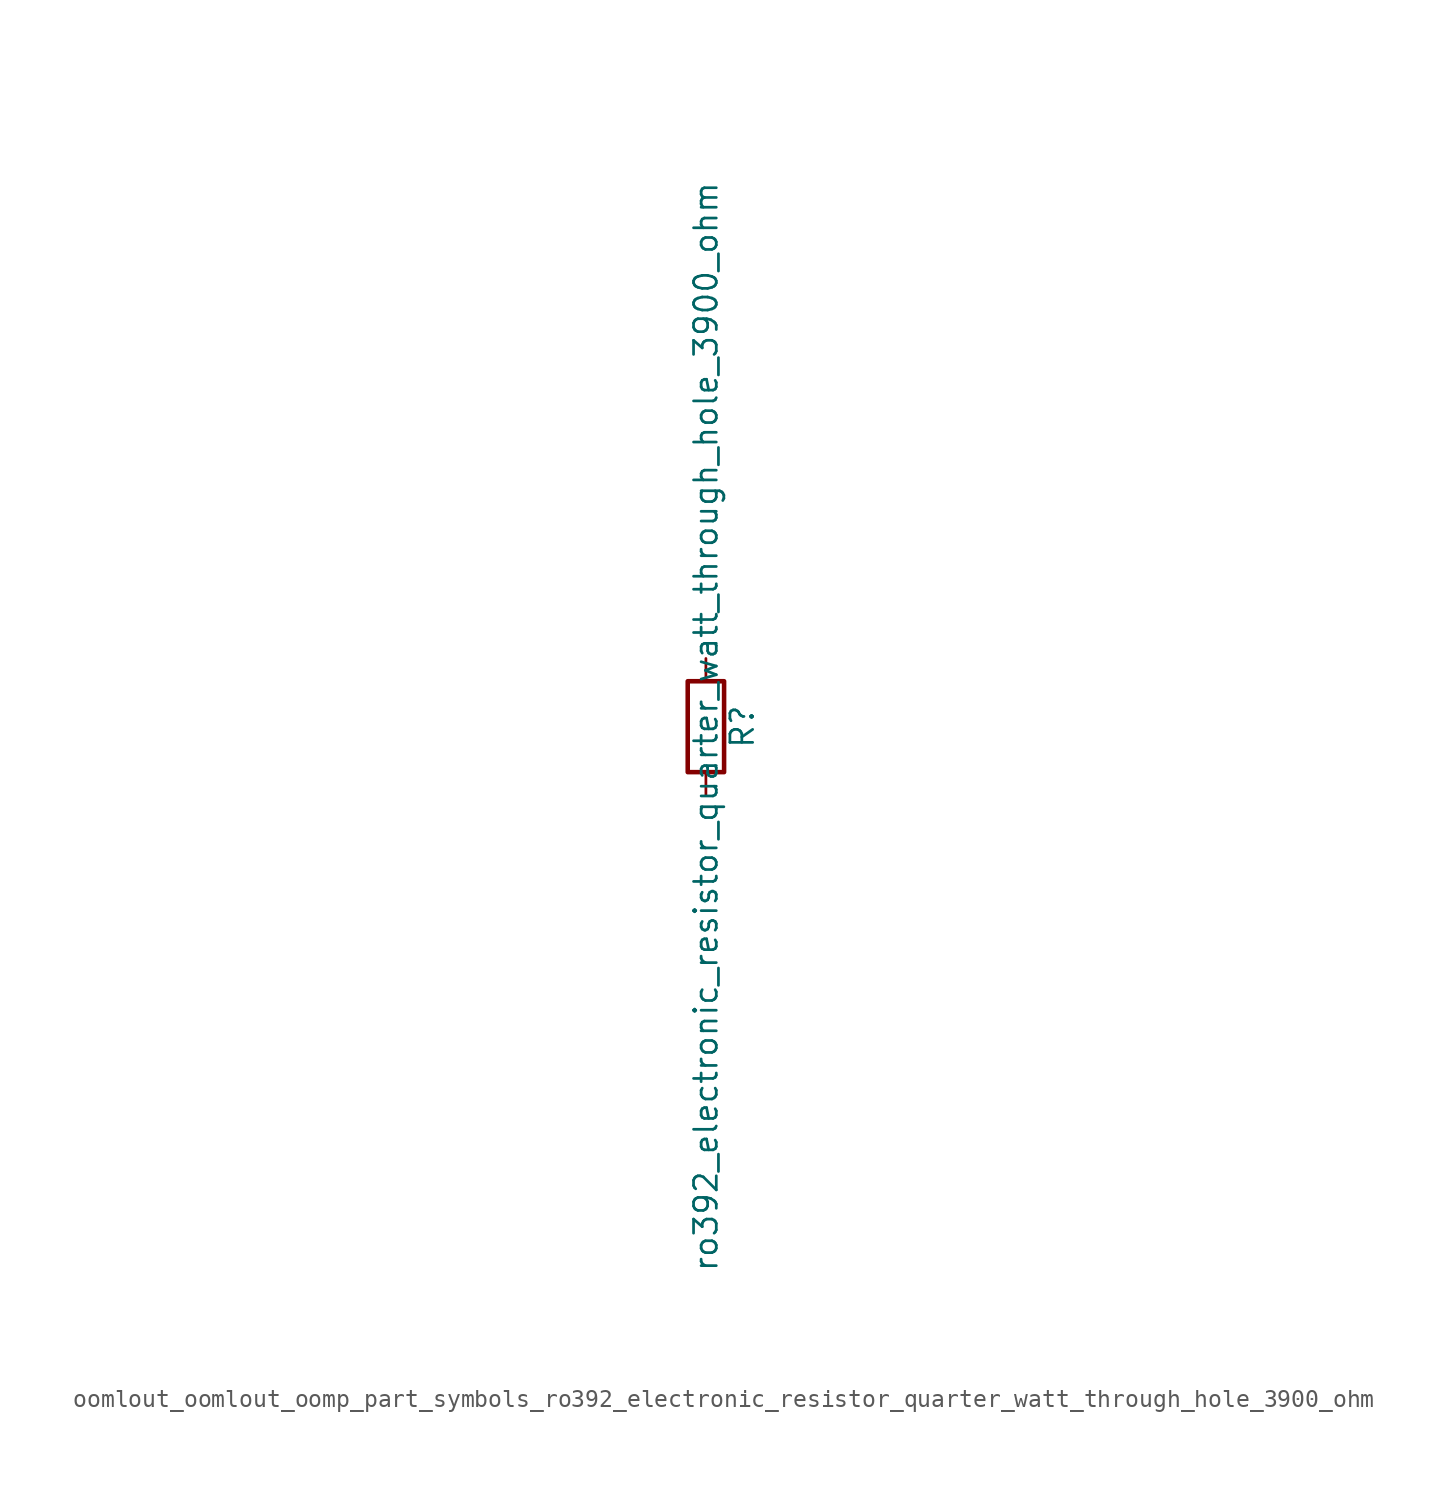
<source format=kicad_sym>
(kicad_symbol_lib
  (version 20220914)
  (generator kicad_symbol_editor)
  (symbol "oomlout_oomlout_oomp_part_symbols_ro392_electronic_resistor_quarter_watt_through_hole_3900_ohm"
    (pin_numbers hide)
    (pin_names
      (offset 0))
    (property "Reference" "R"
      (at 2.032 0 90)
      (effects (font (size 1.27 1.27))))
    (property "Value" "ro392_electronic_resistor_quarter_watt_through_hole_3900_ohm"
      (at 0 0 90)
      (effects (font (size 1.27 1.27))))
    (symbol "oomlout_oomlout_oomp_part_symbols_ro392_electronic_resistor_quarter_watt_through_hole_3900_ohm_0_1"
      (rectangle (start -1.016 -2.54) (end 1.016 2.54) (stroke (width 0.254) (type default)) (fill (type none))))
    (symbol "oomlout_oomlout_oomp_part_symbols_ro392_electronic_resistor_quarter_watt_through_hole_3900_ohm_1_1"
      (pin passive line (at 0 3.81 270) (length 1.27) (name "~" (effects (font (size 1.27 1.27)))) (number "1" (effects (font (size 1.27 1.27)))))
      (pin passive line (at 0 -3.81 90) (length 1.27) (name "~" (effects (font (size 1.27 1.27)))) (number "2" (effects (font (size 1.27 1.27))))))))
</source>
